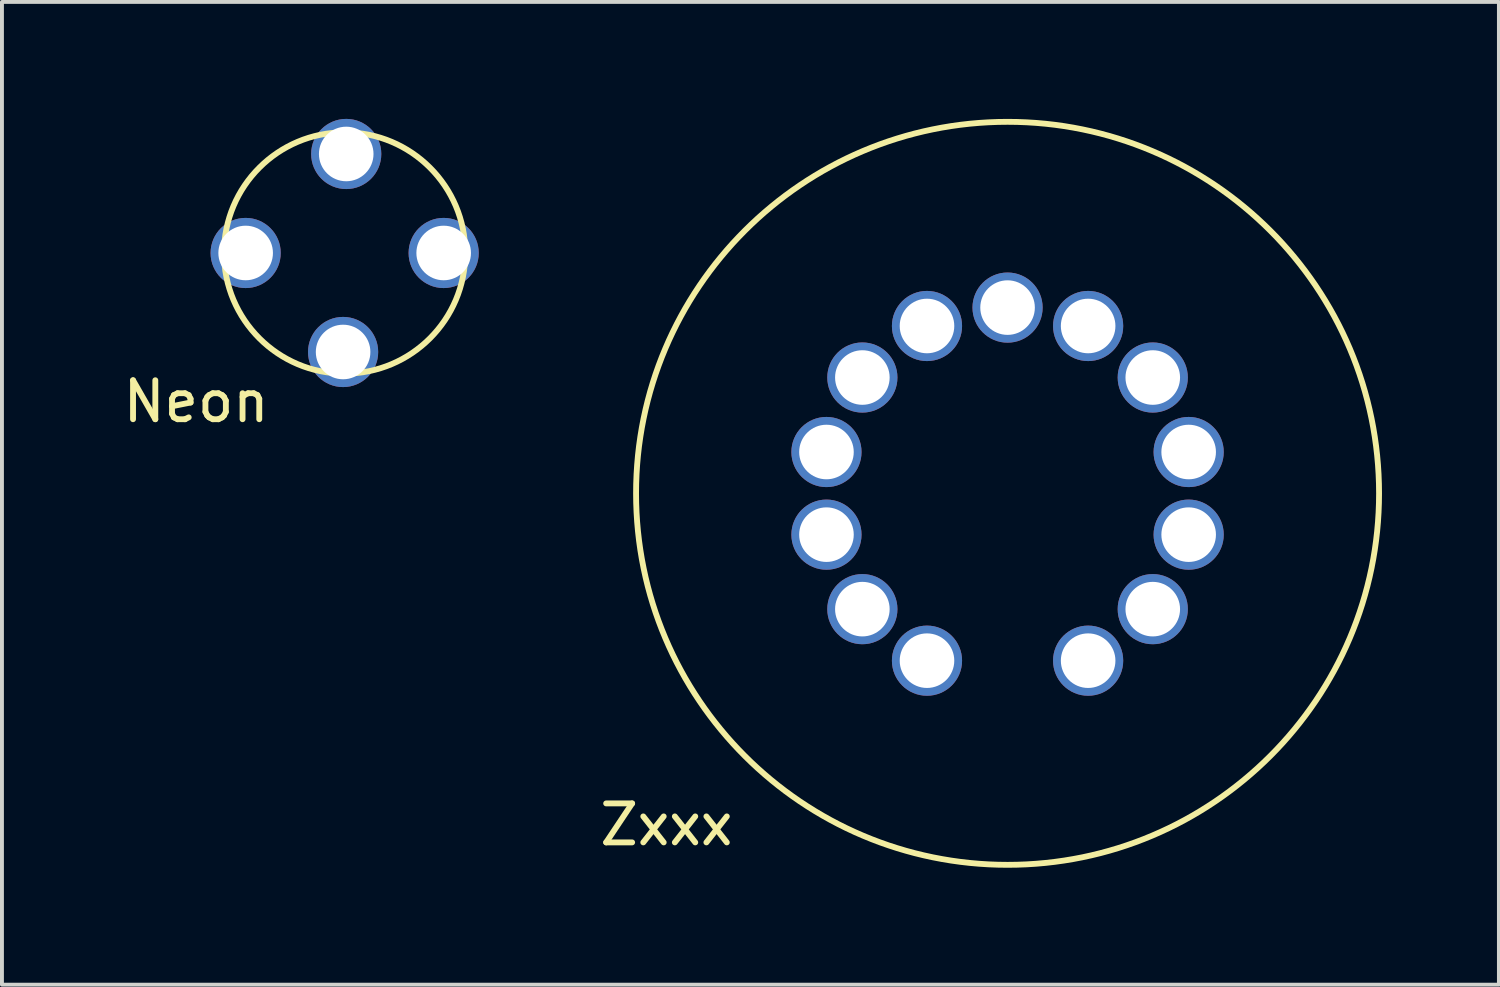
<source format=kicad_pcb>
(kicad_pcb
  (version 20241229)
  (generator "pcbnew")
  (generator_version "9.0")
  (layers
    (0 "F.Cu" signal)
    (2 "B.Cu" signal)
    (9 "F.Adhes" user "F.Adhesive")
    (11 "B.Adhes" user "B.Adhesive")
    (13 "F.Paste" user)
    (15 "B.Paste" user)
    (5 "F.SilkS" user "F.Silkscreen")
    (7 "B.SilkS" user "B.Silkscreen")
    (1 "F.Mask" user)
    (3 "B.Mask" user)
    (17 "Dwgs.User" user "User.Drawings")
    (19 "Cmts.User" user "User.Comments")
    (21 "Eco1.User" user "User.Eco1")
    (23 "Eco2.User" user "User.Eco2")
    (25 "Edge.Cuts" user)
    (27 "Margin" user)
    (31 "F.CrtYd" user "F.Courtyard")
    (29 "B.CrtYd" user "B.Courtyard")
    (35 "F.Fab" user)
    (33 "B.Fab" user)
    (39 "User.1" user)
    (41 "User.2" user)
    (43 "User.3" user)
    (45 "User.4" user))
  (footprint "Zxxx"
    (layer "F.Cu")
    (at 22.798 9.606)
    (property "Reference" "Zxxx" (at -8.75 8.5 0) (layer "F.SilkS") (effects (font (size 1 1) (thickness 0.15))))
    (attr through_hole)
    (fp_circle (center 0 0) (end 9.5 -0.762) (stroke (width 0.15) (type solid)) (fill no) (layer "F.SilkS"))
    (pad "1" thru_hole circle (at -3.725 2.971 304.285) (size 1.8 1.8) (drill 1.4) (layers "*.Cu" "*.Mask"))
    (pad "2" thru_hole circle (at 2.067 4.293 304.285) (size 1.8 1.8) (drill 1.4) (layers "*.Cu" "*.Mask"))
    (pad "3" thru_hole circle (at 3.725 2.971 304.285) (size 1.8 1.8) (drill 1.4) (layers "*.Cu" "*.Mask"))
    (pad "4" thru_hole circle (at 4.646 1.06 304.285) (size 1.8 1.8) (drill 1.4) (layers "*.Cu" "*.Mask"))
    (pad "5" thru_hole circle (at 3.725 -2.971 304.285) (size 1.8 1.8) (drill 1.4) (layers "*.Cu" "*.Mask"))
    (pad "6" thru_hole circle (at 2.067 -4.293 304.285) (size 1.8 1.8) (drill 1.4) (layers "*.Cu" "*.Mask"))
    (pad "7" thru_hole circle (at 0 -4.765 304.285) (size 1.8 1.8) (drill 1.4) (layers "*.Cu" "*.Mask"))
    (pad "8" thru_hole circle (at -2.067 -4.293 304.285) (size 1.8 1.8) (drill 1.4) (layers "*.Cu" "*.Mask"))
    (pad "9" thru_hole circle (at -3.725 -2.971 304.285) (size 1.8 1.8) (drill 1.4) (layers "*.Cu" "*.Mask"))
    (pad "10" thru_hole circle (at -4.646 1.06 304.285) (size 1.8 1.8) (drill 1.4) (layers "*.Cu" "*.Mask"))
    (pad "11" thru_hole circle (at -2.067 4.293 304.285) (size 1.8 1.8) (drill 1.4) (layers "*.Cu" "*.Mask"))
    (pad "12" thru_hole circle (at 4.646 -1.06 304.285) (size 1.8 1.8) (drill 1.4) (layers "*.Cu" "*.Mask"))
    (pad "13" thru_hole circle (at -4.646 -1.06 304.285) (size 1.8 1.8) (drill 1.4) (layers "*.Cu" "*.Mask")))
  (footprint "Neon"
    (layer "F.Cu")
    (at 5.792 3.44)
    (property "Reference" "Neon" (at -3.81 3.81 0) (layer "F.SilkS") (effects (font (size 1 1) (thickness 0.15))))
    (attr through_hole)
    (fp_circle (center 0 0) (end 3 -0.762) (stroke (width 0.15) (type solid)) (fill no) (layer "F.SilkS"))
    (pad "1" thru_hole circle (at -0.04 2.54 278.571) (size 1.8 1.8) (drill 1.4) (layers "*.Cu" "*.Mask"))
    (pad "1" thru_hole circle (at 2.54 0 278.571) (size 1.8 1.8) (drill 1.4) (layers "*.Cu" "*.Mask"))
    (pad "2" thru_hole circle (at -2.54 0 355.714) (size 1.8 1.8) (drill 1.4) (layers "*.Cu" "*.Mask"))
    (pad "2" thru_hole circle (at 0.04 -2.54 355.714) (size 1.8 1.8) (drill 1.4) (layers "*.Cu" "*.Mask")))
  (gr_rect
    (start -3 -3)
    (end 35.403 22.211)
    (stroke (width 0.1) (type default))
    (fill no)
    (layer "Edge.Cuts")))
</source>
